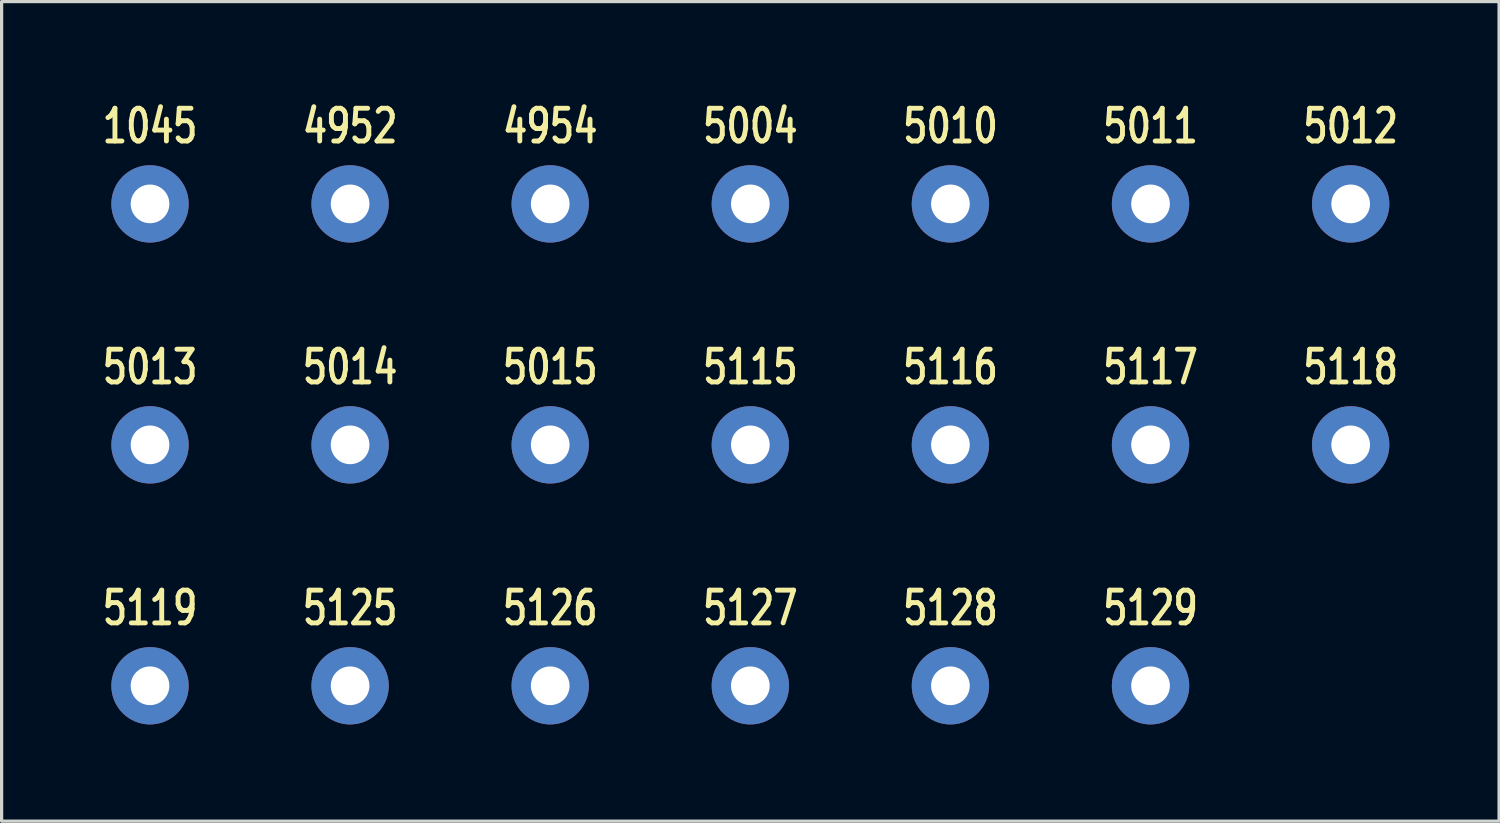
<source format=kicad_pcb>
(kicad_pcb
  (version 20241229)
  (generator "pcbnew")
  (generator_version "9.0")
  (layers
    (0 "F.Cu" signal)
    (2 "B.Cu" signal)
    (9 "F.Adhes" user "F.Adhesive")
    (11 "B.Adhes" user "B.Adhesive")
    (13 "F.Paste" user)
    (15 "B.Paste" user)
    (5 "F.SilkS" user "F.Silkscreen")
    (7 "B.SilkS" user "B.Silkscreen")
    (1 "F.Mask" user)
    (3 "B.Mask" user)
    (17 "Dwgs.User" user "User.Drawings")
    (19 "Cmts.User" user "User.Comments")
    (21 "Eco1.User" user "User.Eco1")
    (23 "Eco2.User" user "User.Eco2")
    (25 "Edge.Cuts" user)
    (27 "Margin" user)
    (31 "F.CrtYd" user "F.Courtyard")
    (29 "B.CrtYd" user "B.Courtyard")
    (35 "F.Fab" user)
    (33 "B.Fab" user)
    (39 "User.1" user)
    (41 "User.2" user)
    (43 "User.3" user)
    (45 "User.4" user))
  (footprint "5127"
    (layer "F.Cu")
    (at 20.227 18.224)
    (property "Reference" "5127" (at 0 -2.413 0) (layer "F.SilkS") (effects (font (size 1.016 0.762) (thickness 0.152))))
    (attr through_hole)
    (pad "1" thru_hole circle (at 0 0) (size 2.4 2.4) (drill 1.2) (layers "*.Cu" "*.Mask")))
  (footprint "5013"
    (layer "F.Cu")
    (at 1.604 10.75)
    (property "Reference" "5013" (at 0 -2.413 0) (layer "F.SilkS") (effects (font (size 1.016 0.762) (thickness 0.152))))
    (attr through_hole)
    (pad "1" thru_hole circle (at 0 0) (size 2.4 2.4) (drill 1.2) (layers "*.Cu" "*.Mask")))
  (footprint "5012"
    (layer "F.Cu")
    (at 38.85 3.275)
    (property "Reference" "5012" (at 0 -2.413 0) (layer "F.SilkS") (effects (font (size 1.016 0.762) (thickness 0.152))))
    (attr through_hole)
    (pad "1" thru_hole circle (at 0 0) (size 2.4 2.4) (drill 1.2) (layers "*.Cu" "*.Mask")))
  (footprint "5014"
    (layer "F.Cu")
    (at 7.811 10.75)
    (property "Reference" "5014" (at 0 -2.413 0) (layer "F.SilkS") (effects (font (size 1.016 0.762) (thickness 0.152))))
    (attr through_hole)
    (pad "1" thru_hole circle (at 0 0) (size 2.4 2.4) (drill 1.2) (layers "*.Cu" "*.Mask")))
  (footprint "5128"
    (layer "F.Cu")
    (at 26.434 18.224)
    (property "Reference" "5128" (at 0 -2.413 0) (layer "F.SilkS") (effects (font (size 1.016 0.762) (thickness 0.152))))
    (attr through_hole)
    (pad "1" thru_hole circle (at 0 0) (size 2.4 2.4) (drill 1.2) (layers "*.Cu" "*.Mask")))
  (footprint "5116"
    (layer "F.Cu")
    (at 26.434 10.75)
    (property "Reference" "5116" (at 0 -2.413 0) (layer "F.SilkS") (effects (font (size 1.016 0.762) (thickness 0.152))))
    (attr through_hole)
    (pad "1" thru_hole circle (at 0 0) (size 2.4 2.4) (drill 1.2) (layers "*.Cu" "*.Mask")))
  (footprint "5011"
    (layer "F.Cu")
    (at 32.642 3.275)
    (property "Reference" "5011" (at 0 -2.413 0) (layer "F.SilkS") (effects (font (size 1.016 0.762) (thickness 0.152))))
    (attr through_hole)
    (pad "1" thru_hole circle (at 0 0) (size 2.4 2.4) (drill 1.2) (layers "*.Cu" "*.Mask")))
  (footprint "4952"
    (layer "F.Cu")
    (at 7.811 3.275)
    (property "Reference" "4952" (at 0 -2.413 0) (layer "F.SilkS") (effects (font (size 1.016 0.762) (thickness 0.152))))
    (attr through_hole)
    (pad "1" thru_hole circle (at 0 0) (size 2.4 2.4) (drill 1.2) (layers "*.Cu" "*.Mask")))
  (footprint "4954"
    (layer "F.Cu")
    (at 14.019 3.275)
    (property "Reference" "4954" (at 0 -2.413 0) (layer "F.SilkS") (effects (font (size 1.016 0.762) (thickness 0.152))))
    (attr through_hole)
    (pad "1" thru_hole circle (at 0 0) (size 2.4 2.4) (drill 1.2) (layers "*.Cu" "*.Mask")))
  (footprint "5119"
    (layer "F.Cu")
    (at 1.604 18.224)
    (property "Reference" "5119" (at 0 -2.413 0) (layer "F.SilkS") (effects (font (size 1.016 0.762) (thickness 0.152))))
    (attr through_hole)
    (pad "1" thru_hole circle (at 0 0) (size 2.4 2.4) (drill 1.2) (layers "*.Cu" "*.Mask")))
  (footprint "5129"
    (layer "F.Cu")
    (at 32.642 18.224)
    (property "Reference" "5129" (at 0 -2.413 0) (layer "F.SilkS") (effects (font (size 1.016 0.762) (thickness 0.152))))
    (attr through_hole)
    (pad "1" thru_hole circle (at 0 0) (size 2.4 2.4) (drill 1.2) (layers "*.Cu" "*.Mask")))
  (footprint "1045"
    (layer "F.Cu")
    (at 1.604 3.275)
    (property "Reference" "1045" (at 0 -2.413 0) (layer "F.SilkS") (effects (font (size 1.016 0.762) (thickness 0.152))))
    (attr through_hole)
    (pad "1" thru_hole circle (at 0 0) (size 2.4 2.4) (drill 1.2) (layers "*.Cu" "*.Mask")))
  (footprint "5125"
    (layer "F.Cu")
    (at 7.811 18.224)
    (property "Reference" "5125" (at 0 -2.413 0) (layer "F.SilkS") (effects (font (size 1.016 0.762) (thickness 0.152))))
    (attr through_hole)
    (pad "1" thru_hole circle (at 0 0) (size 2.4 2.4) (drill 1.2) (layers "*.Cu" "*.Mask")))
  (footprint "5004"
    (layer "F.Cu")
    (at 20.227 3.275)
    (property "Reference" "5004" (at 0 -2.413 0) (layer "F.SilkS") (effects (font (size 1.016 0.762) (thickness 0.152))))
    (attr through_hole)
    (pad "1" thru_hole circle (at 0 0) (size 2.4 2.4) (drill 1.2) (layers "*.Cu" "*.Mask")))
  (footprint "5010"
    (layer "F.Cu")
    (at 26.434 3.275)
    (property "Reference" "5010" (at 0 -2.413 0) (layer "F.SilkS") (effects (font (size 1.016 0.762) (thickness 0.152))))
    (attr through_hole)
    (pad "1" thru_hole circle (at 0 0) (size 2.4 2.4) (drill 1.2) (layers "*.Cu" "*.Mask")))
  (footprint "5118"
    (layer "F.Cu")
    (at 38.85 10.75)
    (property "Reference" "5118" (at 0 -2.413 0) (layer "F.SilkS") (effects (font (size 1.016 0.762) (thickness 0.152))))
    (attr through_hole)
    (pad "1" thru_hole circle (at 0 0) (size 2.4 2.4) (drill 1.2) (layers "*.Cu" "*.Mask")))
  (footprint "5115"
    (layer "F.Cu")
    (at 20.227 10.75)
    (property "Reference" "5115" (at 0 -2.413 0) (layer "F.SilkS") (effects (font (size 1.016 0.762) (thickness 0.152))))
    (attr through_hole)
    (pad "1" thru_hole circle (at 0 0) (size 2.4 2.4) (drill 1.2) (layers "*.Cu" "*.Mask")))
  (footprint "5015"
    (layer "F.Cu")
    (at 14.019 10.75)
    (property "Reference" "5015" (at 0 -2.413 0) (layer "F.SilkS") (effects (font (size 1.016 0.762) (thickness 0.152))))
    (attr through_hole)
    (pad "1" thru_hole circle (at 0 0) (size 2.4 2.4) (drill 1.2) (layers "*.Cu" "*.Mask")))
  (footprint "5126"
    (layer "F.Cu")
    (at 14.019 18.224)
    (property "Reference" "5126" (at 0 -2.413 0) (layer "F.SilkS") (effects (font (size 1.016 0.762) (thickness 0.152))))
    (attr through_hole)
    (pad "1" thru_hole circle (at 0 0) (size 2.4 2.4) (drill 1.2) (layers "*.Cu" "*.Mask")))
  (footprint "5117"
    (layer "F.Cu")
    (at 32.642 10.75)
    (property "Reference" "5117" (at 0 -2.413 0) (layer "F.SilkS") (effects (font (size 1.016 0.762) (thickness 0.152))))
    (attr through_hole)
    (pad "1" thru_hole circle (at 0 0) (size 2.4 2.4) (drill 1.2) (layers "*.Cu" "*.Mask")))
  (gr_rect
    (start -3 -3)
    (end 43.454 22.424)
    (stroke (width 0.1) (type default))
    (fill no)
    (layer "Edge.Cuts")))
</source>
